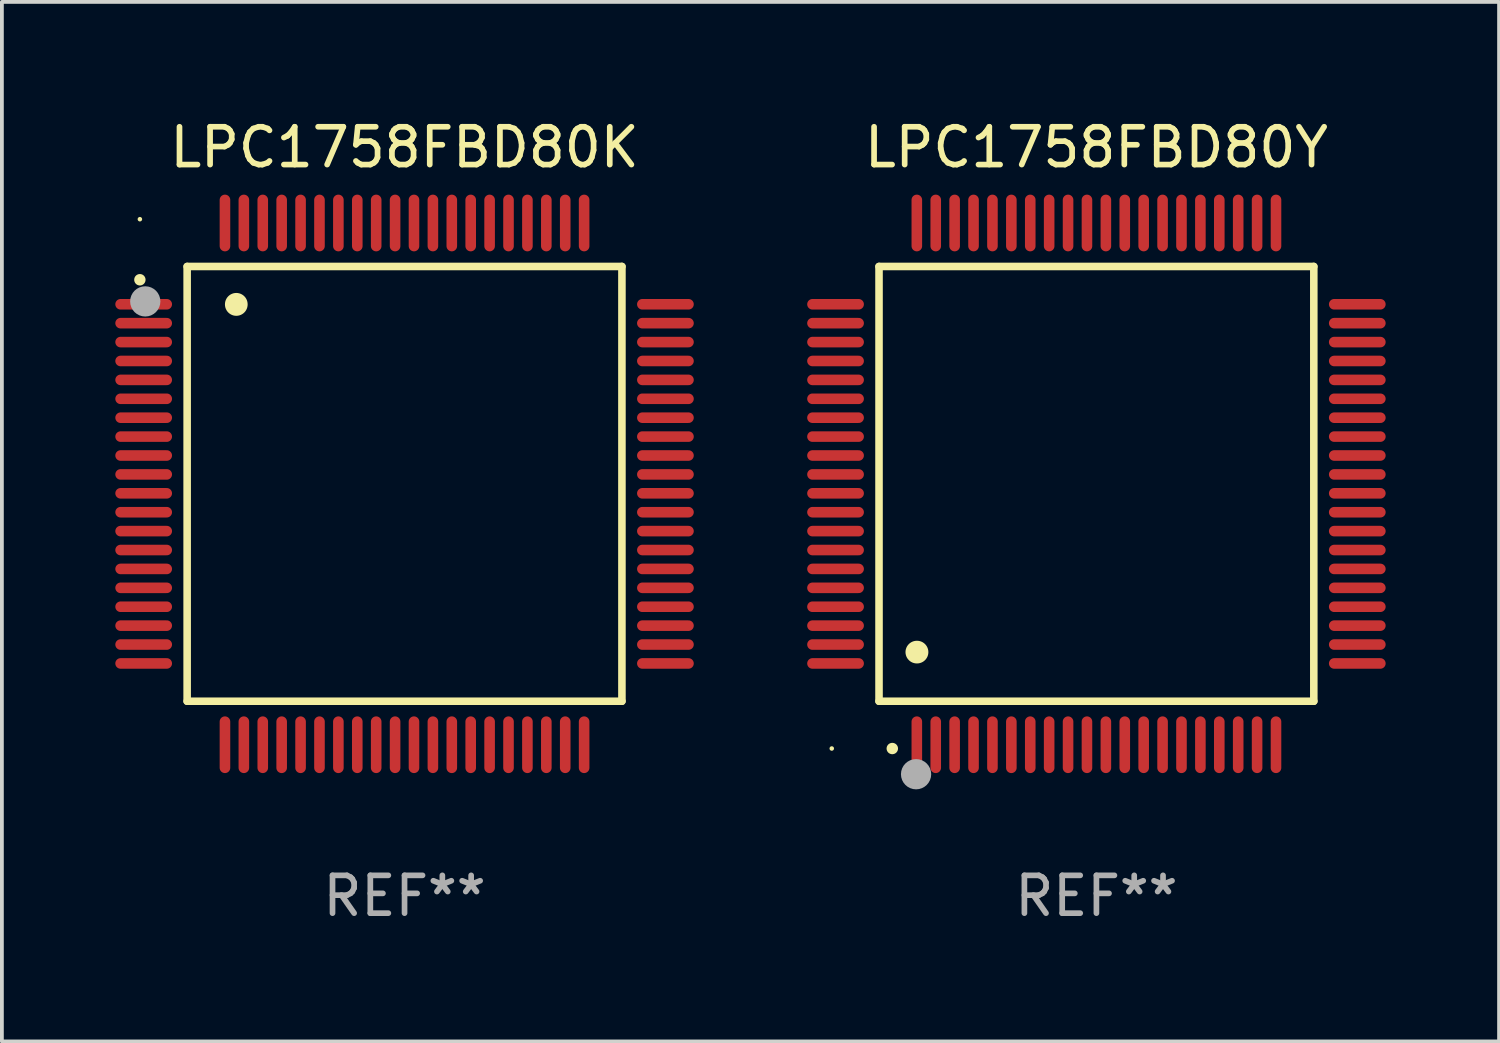
<source format=kicad_pcb>
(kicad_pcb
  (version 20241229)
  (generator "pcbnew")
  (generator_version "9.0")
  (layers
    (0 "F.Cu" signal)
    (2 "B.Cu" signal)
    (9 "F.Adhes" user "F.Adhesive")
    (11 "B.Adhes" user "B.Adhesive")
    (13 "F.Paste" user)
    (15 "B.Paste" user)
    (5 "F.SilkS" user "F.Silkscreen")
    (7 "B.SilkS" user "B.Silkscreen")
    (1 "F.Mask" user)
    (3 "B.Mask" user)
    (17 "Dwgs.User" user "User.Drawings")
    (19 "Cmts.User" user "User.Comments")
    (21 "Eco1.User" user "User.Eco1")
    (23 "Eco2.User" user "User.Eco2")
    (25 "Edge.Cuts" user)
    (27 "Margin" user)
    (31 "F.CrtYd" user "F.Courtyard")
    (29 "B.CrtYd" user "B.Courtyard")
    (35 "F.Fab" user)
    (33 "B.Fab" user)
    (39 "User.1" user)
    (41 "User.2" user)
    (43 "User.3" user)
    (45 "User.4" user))
  (footprint "LPC1758FBD80Y"
    (layer "F.Cu")
    (at 25.95 9.748)
    (property "Reference" "LPC1758FBD80Y" (at 0 -8.9 0) (layer "F.SilkS") (effects (font (size 1 1) (thickness 0.15))))
    (attr through_hole)
    (fp_line (start -5.75 -5.75) (end 5.75 -5.75) (stroke (width 0.2) (type solid)) (layer "F.SilkS"))
    (fp_line (start -5.75 5.75) (end -5.75 -5.75) (stroke (width 0.2) (type solid)) (layer "F.SilkS"))
    (fp_line (start 5.75 -5.75) (end 5.75 5.75) (stroke (width 0.2) (type solid)) (layer "F.SilkS"))
    (fp_line (start 5.75 5.75) (end -5.75 5.75) (stroke (width 0.2) (type solid)) (layer "F.SilkS"))
    (fp_arc (start -5.400051 7.000254) (mid -5.398781 7.000249) (end -5.397511 7.000254) (stroke (width 0.3) (type solid)) (layer "F.SilkS"))
    (fp_arc (start -4.749809 4.450089) (mid -4.747269 4.450078) (end -4.744729 4.450089) (stroke (width 0.6) (type solid)) (layer "F.SilkS"))
    (fp_circle (center -7 7) (end -6.97 7) (stroke (width 0.06) (type solid)) (fill no) (layer "F.SilkS"))
    (fp_circle (center -4.77 7.68) (end -4.57 7.68) (stroke (width 0.4) (type solid)) (fill no) (layer "F.Fab"))
    (fp_text user "REF**" (at 0 10.9 0) (layer "F.Fab") (effects (font (size 1 1) (thickness 0.15))))
    (pad "1" smd oval (at -4.75 6.9) (size 0.28 1.5) (layers "F.Cu" "F.Mask" "F.Paste"))
    (pad "2" smd oval (at -4.25 6.9) (size 0.28 1.5) (layers "F.Cu" "F.Mask" "F.Paste"))
    (pad "3" smd oval (at -3.75 6.9) (size 0.28 1.5) (layers "F.Cu" "F.Mask" "F.Paste"))
    (pad "4" smd oval (at -3.25 6.9) (size 0.28 1.5) (layers "F.Cu" "F.Mask" "F.Paste"))
    (pad "5" smd oval (at -2.75 6.9) (size 0.28 1.5) (layers "F.Cu" "F.Mask" "F.Paste"))
    (pad "6" smd oval (at -2.25 6.9) (size 0.28 1.5) (layers "F.Cu" "F.Mask" "F.Paste"))
    (pad "7" smd oval (at -1.75 6.9) (size 0.28 1.5) (layers "F.Cu" "F.Mask" "F.Paste"))
    (pad "8" smd oval (at -1.25 6.9) (size 0.28 1.5) (layers "F.Cu" "F.Mask" "F.Paste"))
    (pad "9" smd oval (at -0.75 6.9) (size 0.28 1.5) (layers "F.Cu" "F.Mask" "F.Paste"))
    (pad "10" smd oval (at -0.25 6.9) (size 0.28 1.5) (layers "F.Cu" "F.Mask" "F.Paste"))
    (pad "11" smd oval (at 0.25 6.9) (size 0.28 1.5) (layers "F.Cu" "F.Mask" "F.Paste"))
    (pad "12" smd oval (at 0.75 6.9) (size 0.28 1.5) (layers "F.Cu" "F.Mask" "F.Paste"))
    (pad "13" smd oval (at 1.25 6.9) (size 0.28 1.5) (layers "F.Cu" "F.Mask" "F.Paste"))
    (pad "14" smd oval (at 1.75 6.9) (size 0.28 1.5) (layers "F.Cu" "F.Mask" "F.Paste"))
    (pad "15" smd oval (at 2.25 6.9) (size 0.28 1.5) (layers "F.Cu" "F.Mask" "F.Paste"))
    (pad "16" smd oval (at 2.75 6.9) (size 0.28 1.5) (layers "F.Cu" "F.Mask" "F.Paste"))
    (pad "17" smd oval (at 3.25 6.9) (size 0.28 1.5) (layers "F.Cu" "F.Mask" "F.Paste"))
    (pad "18" smd oval (at 3.75 6.9) (size 0.28 1.5) (layers "F.Cu" "F.Mask" "F.Paste"))
    (pad "19" smd oval (at 4.25 6.9) (size 0.28 1.5) (layers "F.Cu" "F.Mask" "F.Paste"))
    (pad "20" smd oval (at 4.75 6.9) (size 0.28 1.5) (layers "F.Cu" "F.Mask" "F.Paste"))
    (pad "21" smd oval (at 6.9 4.75) (size 1.5 0.28) (layers "F.Cu" "F.Mask" "F.Paste"))
    (pad "22" smd oval (at 6.9 4.25) (size 1.5 0.28) (layers "F.Cu" "F.Mask" "F.Paste"))
    (pad "23" smd oval (at 6.9 3.75) (size 1.5 0.28) (layers "F.Cu" "F.Mask" "F.Paste"))
    (pad "24" smd oval (at 6.9 3.25) (size 1.5 0.28) (layers "F.Cu" "F.Mask" "F.Paste"))
    (pad "25" smd oval (at 6.9 2.75) (size 1.5 0.28) (layers "F.Cu" "F.Mask" "F.Paste"))
    (pad "26" smd oval (at 6.9 2.25) (size 1.5 0.28) (layers "F.Cu" "F.Mask" "F.Paste"))
    (pad "27" smd oval (at 6.9 1.75) (size 1.5 0.28) (layers "F.Cu" "F.Mask" "F.Paste"))
    (pad "28" smd oval (at 6.9 1.25) (size 1.5 0.28) (layers "F.Cu" "F.Mask" "F.Paste"))
    (pad "29" smd oval (at 6.9 0.75) (size 1.5 0.28) (layers "F.Cu" "F.Mask" "F.Paste"))
    (pad "30" smd oval (at 6.9 0.25) (size 1.5 0.28) (layers "F.Cu" "F.Mask" "F.Paste"))
    (pad "31" smd oval (at 6.9 -0.25) (size 1.5 0.28) (layers "F.Cu" "F.Mask" "F.Paste"))
    (pad "32" smd oval (at 6.9 -0.75) (size 1.5 0.28) (layers "F.Cu" "F.Mask" "F.Paste"))
    (pad "33" smd oval (at 6.9 -1.25) (size 1.5 0.28) (layers "F.Cu" "F.Mask" "F.Paste"))
    (pad "34" smd oval (at 6.9 -1.75) (size 1.5 0.28) (layers "F.Cu" "F.Mask" "F.Paste"))
    (pad "35" smd oval (at 6.9 -2.25) (size 1.5 0.28) (layers "F.Cu" "F.Mask" "F.Paste"))
    (pad "36" smd oval (at 6.9 -2.75) (size 1.5 0.28) (layers "F.Cu" "F.Mask" "F.Paste"))
    (pad "37" smd oval (at 6.9 -3.25) (size 1.5 0.28) (layers "F.Cu" "F.Mask" "F.Paste"))
    (pad "38" smd oval (at 6.9 -3.75) (size 1.5 0.28) (layers "F.Cu" "F.Mask" "F.Paste"))
    (pad "39" smd oval (at 6.9 -4.25) (size 1.5 0.28) (layers "F.Cu" "F.Mask" "F.Paste"))
    (pad "40" smd oval (at 6.9 -4.75) (size 1.5 0.28) (layers "F.Cu" "F.Mask" "F.Paste"))
    (pad "41" smd oval (at 4.75 -6.9) (size 0.28 1.5) (layers "F.Cu" "F.Mask" "F.Paste"))
    (pad "42" smd oval (at 4.25 -6.9) (size 0.28 1.5) (layers "F.Cu" "F.Mask" "F.Paste"))
    (pad "43" smd oval (at 3.75 -6.9) (size 0.28 1.5) (layers "F.Cu" "F.Mask" "F.Paste"))
    (pad "44" smd oval (at 3.25 -6.9) (size 0.28 1.5) (layers "F.Cu" "F.Mask" "F.Paste"))
    (pad "45" smd oval (at 2.75 -6.9) (size 0.28 1.5) (layers "F.Cu" "F.Mask" "F.Paste"))
    (pad "46" smd oval (at 2.25 -6.9) (size 0.28 1.5) (layers "F.Cu" "F.Mask" "F.Paste"))
    (pad "47" smd oval (at 1.75 -6.9) (size 0.28 1.5) (layers "F.Cu" "F.Mask" "F.Paste"))
    (pad "48" smd oval (at 1.25 -6.9) (size 0.28 1.5) (layers "F.Cu" "F.Mask" "F.Paste"))
    (pad "49" smd oval (at 0.75 -6.9) (size 0.28 1.5) (layers "F.Cu" "F.Mask" "F.Paste"))
    (pad "50" smd oval (at 0.25 -6.9) (size 0.28 1.5) (layers "F.Cu" "F.Mask" "F.Paste"))
    (pad "51" smd oval (at -0.25 -6.9) (size 0.28 1.5) (layers "F.Cu" "F.Mask" "F.Paste"))
    (pad "52" smd oval (at -0.75 -6.9) (size 0.28 1.5) (layers "F.Cu" "F.Mask" "F.Paste"))
    (pad "53" smd oval (at -1.25 -6.9) (size 0.28 1.5) (layers "F.Cu" "F.Mask" "F.Paste"))
    (pad "54" smd oval (at -1.75 -6.9) (size 0.28 1.5) (layers "F.Cu" "F.Mask" "F.Paste"))
    (pad "55" smd oval (at -2.25 -6.9) (size 0.28 1.5) (layers "F.Cu" "F.Mask" "F.Paste"))
    (pad "56" smd oval (at -2.75 -6.9) (size 0.28 1.5) (layers "F.Cu" "F.Mask" "F.Paste"))
    (pad "57" smd oval (at -3.25 -6.9) (size 0.28 1.5) (layers "F.Cu" "F.Mask" "F.Paste"))
    (pad "58" smd oval (at -3.75 -6.9) (size 0.28 1.5) (layers "F.Cu" "F.Mask" "F.Paste"))
    (pad "59" smd oval (at -4.25 -6.9) (size 0.28 1.5) (layers "F.Cu" "F.Mask" "F.Paste"))
    (pad "60" smd oval (at -4.75 -6.9) (size 0.28 1.5) (layers "F.Cu" "F.Mask" "F.Paste"))
    (pad "61" smd oval (at -6.9 -4.75) (size 1.5 0.28) (layers "F.Cu" "F.Mask" "F.Paste"))
    (pad "62" smd oval (at -6.9 -4.25) (size 1.5 0.28) (layers "F.Cu" "F.Mask" "F.Paste"))
    (pad "63" smd oval (at -6.9 -3.75) (size 1.5 0.28) (layers "F.Cu" "F.Mask" "F.Paste"))
    (pad "64" smd oval (at -6.9 -3.25) (size 1.5 0.28) (layers "F.Cu" "F.Mask" "F.Paste"))
    (pad "65" smd oval (at -6.9 -2.75) (size 1.5 0.28) (layers "F.Cu" "F.Mask" "F.Paste"))
    (pad "66" smd oval (at -6.9 -2.25) (size 1.5 0.28) (layers "F.Cu" "F.Mask" "F.Paste"))
    (pad "67" smd oval (at -6.9 -1.75) (size 1.5 0.28) (layers "F.Cu" "F.Mask" "F.Paste"))
    (pad "68" smd oval (at -6.9 -1.25) (size 1.5 0.28) (layers "F.Cu" "F.Mask" "F.Paste"))
    (pad "69" smd oval (at -6.9 -0.75) (size 1.5 0.28) (layers "F.Cu" "F.Mask" "F.Paste"))
    (pad "70" smd oval (at -6.9 -0.25) (size 1.5 0.28) (layers "F.Cu" "F.Mask" "F.Paste"))
    (pad "71" smd oval (at -6.9 0.25) (size 1.5 0.28) (layers "F.Cu" "F.Mask" "F.Paste"))
    (pad "72" smd oval (at -6.9 0.75) (size 1.5 0.28) (layers "F.Cu" "F.Mask" "F.Paste"))
    (pad "73" smd oval (at -6.9 1.25) (size 1.5 0.28) (layers "F.Cu" "F.Mask" "F.Paste"))
    (pad "74" smd oval (at -6.9 1.75) (size 1.5 0.28) (layers "F.Cu" "F.Mask" "F.Paste"))
    (pad "75" smd oval (at -6.9 2.25) (size 1.5 0.28) (layers "F.Cu" "F.Mask" "F.Paste"))
    (pad "76" smd oval (at -6.9 2.75) (size 1.5 0.28) (layers "F.Cu" "F.Mask" "F.Paste"))
    (pad "77" smd oval (at -6.9 3.25) (size 1.5 0.28) (layers "F.Cu" "F.Mask" "F.Paste"))
    (pad "78" smd oval (at -6.9 3.75) (size 1.5 0.28) (layers "F.Cu" "F.Mask" "F.Paste"))
    (pad "79" smd oval (at -6.9 4.25) (size 1.5 0.28) (layers "F.Cu" "F.Mask" "F.Paste"))
    (pad "80" smd oval (at -6.9 4.75) (size 1.5 0.28) (layers "F.Cu" "F.Mask" "F.Paste")))
  (footprint "LPC1758FBD80K"
    (layer "F.Cu")
    (at 7.65 9.748)
    (property "Reference" "LPC1758FBD80K" (at 0 -8.9 0) (layer "F.SilkS") (effects (font (size 1 1) (thickness 0.15))))
    (attr through_hole)
    (fp_line (start -5.75 -5.75) (end 5.75 -5.75) (stroke (width 0.2) (type solid)) (layer "F.SilkS"))
    (fp_line (start -5.75 5.75) (end -5.75 -5.75) (stroke (width 0.2) (type solid)) (layer "F.SilkS"))
    (fp_line (start 5.75 -5.75) (end 5.75 5.75) (stroke (width 0.2) (type solid)) (layer "F.SilkS"))
    (fp_line (start 5.75 5.75) (end -5.75 5.75) (stroke (width 0.2) (type solid)) (layer "F.SilkS"))
    (fp_arc (start -7.000229 -5.397435) (mid -7.000234 -5.398705) (end -7.000229 -5.399975) (stroke (width 0.3) (type solid)) (layer "F.SilkS"))
    (fp_arc (start -4.450064 -4.744653) (mid -4.450075 -4.747193) (end -4.450064 -4.749733) (stroke (width 0.6) (type solid)) (layer "F.SilkS"))
    (fp_circle (center -7 -7) (end -6.97 -7) (stroke (width 0.06) (type solid)) (fill no) (layer "F.SilkS"))
    (fp_circle (center -6.858 -4.826) (end -6.658 -4.826) (stroke (width 0.4) (type solid)) (fill no) (layer "F.Fab"))
    (fp_text user "REF**" (at 0 10.9 0) (layer "F.Fab") (effects (font (size 1 1) (thickness 0.15))))
    (pad "1" smd oval (at -6.9 -4.75 90) (size 0.28 1.5) (layers "F.Cu" "F.Mask" "F.Paste"))
    (pad "2" smd oval (at -6.9 -4.25 90) (size 0.28 1.5) (layers "F.Cu" "F.Mask" "F.Paste"))
    (pad "3" smd oval (at -6.9 -3.75 90) (size 0.28 1.5) (layers "F.Cu" "F.Mask" "F.Paste"))
    (pad "4" smd oval (at -6.9 -3.25 90) (size 0.28 1.5) (layers "F.Cu" "F.Mask" "F.Paste"))
    (pad "5" smd oval (at -6.9 -2.75 90) (size 0.28 1.5) (layers "F.Cu" "F.Mask" "F.Paste"))
    (pad "6" smd oval (at -6.9 -2.25 90) (size 0.28 1.5) (layers "F.Cu" "F.Mask" "F.Paste"))
    (pad "7" smd oval (at -6.9 -1.75 90) (size 0.28 1.5) (layers "F.Cu" "F.Mask" "F.Paste"))
    (pad "8" smd oval (at -6.9 -1.25 90) (size 0.28 1.5) (layers "F.Cu" "F.Mask" "F.Paste"))
    (pad "9" smd oval (at -6.9 -0.75 90) (size 0.28 1.5) (layers "F.Cu" "F.Mask" "F.Paste"))
    (pad "10" smd oval (at -6.9 -0.25 90) (size 0.28 1.5) (layers "F.Cu" "F.Mask" "F.Paste"))
    (pad "11" smd oval (at -6.9 0.25 90) (size 0.28 1.5) (layers "F.Cu" "F.Mask" "F.Paste"))
    (pad "12" smd oval (at -6.9 0.75 90) (size 0.28 1.5) (layers "F.Cu" "F.Mask" "F.Paste"))
    (pad "13" smd oval (at -6.9 1.25 90) (size 0.28 1.5) (layers "F.Cu" "F.Mask" "F.Paste"))
    (pad "14" smd oval (at -6.9 1.75 90) (size 0.28 1.5) (layers "F.Cu" "F.Mask" "F.Paste"))
    (pad "15" smd oval (at -6.9 2.25 90) (size 0.28 1.5) (layers "F.Cu" "F.Mask" "F.Paste"))
    (pad "16" smd oval (at -6.9 2.75 90) (size 0.28 1.5) (layers "F.Cu" "F.Mask" "F.Paste"))
    (pad "17" smd oval (at -6.9 3.25 90) (size 0.28 1.5) (layers "F.Cu" "F.Mask" "F.Paste"))
    (pad "18" smd oval (at -6.9 3.75 90) (size 0.28 1.5) (layers "F.Cu" "F.Mask" "F.Paste"))
    (pad "19" smd oval (at -6.9 4.25 90) (size 0.28 1.5) (layers "F.Cu" "F.Mask" "F.Paste"))
    (pad "20" smd oval (at -6.9 4.75 270) (size 0.28 1.5) (layers "F.Cu" "F.Mask" "F.Paste"))
    (pad "21" smd oval (at -4.75 6.9 180) (size 0.28 1.5) (layers "F.Cu" "F.Mask" "F.Paste"))
    (pad "22" smd oval (at -4.25 6.9) (size 0.28 1.5) (layers "F.Cu" "F.Mask" "F.Paste"))
    (pad "23" smd oval (at -3.75 6.9) (size 0.28 1.5) (layers "F.Cu" "F.Mask" "F.Paste"))
    (pad "24" smd oval (at -3.25 6.9) (size 0.28 1.5) (layers "F.Cu" "F.Mask" "F.Paste"))
    (pad "25" smd oval (at -2.75 6.9) (size 0.28 1.5) (layers "F.Cu" "F.Mask" "F.Paste"))
    (pad "26" smd oval (at -2.25 6.9) (size 0.28 1.5) (layers "F.Cu" "F.Mask" "F.Paste"))
    (pad "27" smd oval (at -1.75 6.9) (size 0.28 1.5) (layers "F.Cu" "F.Mask" "F.Paste"))
    (pad "28" smd oval (at -1.25 6.9) (size 0.28 1.5) (layers "F.Cu" "F.Mask" "F.Paste"))
    (pad "29" smd oval (at -0.75 6.9) (size 0.28 1.5) (layers "F.Cu" "F.Mask" "F.Paste"))
    (pad "30" smd oval (at -0.25 6.9) (size 0.28 1.5) (layers "F.Cu" "F.Mask" "F.Paste"))
    (pad "31" smd oval (at 0.25 6.9) (size 0.28 1.5) (layers "F.Cu" "F.Mask" "F.Paste"))
    (pad "32" smd oval (at 0.75 6.9) (size 0.28 1.5) (layers "F.Cu" "F.Mask" "F.Paste"))
    (pad "33" smd oval (at 1.25 6.9) (size 0.28 1.5) (layers "F.Cu" "F.Mask" "F.Paste"))
    (pad "34" smd oval (at 1.75 6.9) (size 0.28 1.5) (layers "F.Cu" "F.Mask" "F.Paste"))
    (pad "35" smd oval (at 2.25 6.9) (size 0.28 1.5) (layers "F.Cu" "F.Mask" "F.Paste"))
    (pad "36" smd oval (at 2.75 6.9) (size 0.28 1.5) (layers "F.Cu" "F.Mask" "F.Paste"))
    (pad "37" smd oval (at 3.25 6.9) (size 0.28 1.5) (layers "F.Cu" "F.Mask" "F.Paste"))
    (pad "38" smd oval (at 3.75 6.9) (size 0.28 1.5) (layers "F.Cu" "F.Mask" "F.Paste"))
    (pad "39" smd oval (at 4.25 6.9) (size 0.28 1.5) (layers "F.Cu" "F.Mask" "F.Paste"))
    (pad "40" smd oval (at 4.75 6.9) (size 0.28 1.5) (layers "F.Cu" "F.Mask" "F.Paste"))
    (pad "41" smd oval (at 6.9 4.75 270) (size 0.28 1.5) (layers "F.Cu" "F.Mask" "F.Paste"))
    (pad "42" smd oval (at 6.9 4.25 90) (size 0.28 1.5) (layers "F.Cu" "F.Mask" "F.Paste"))
    (pad "43" smd oval (at 6.9 3.75 90) (size 0.28 1.5) (layers "F.Cu" "F.Mask" "F.Paste"))
    (pad "44" smd oval (at 6.9 3.25 90) (size 0.28 1.5) (layers "F.Cu" "F.Mask" "F.Paste"))
    (pad "45" smd oval (at 6.9 2.75 90) (size 0.28 1.5) (layers "F.Cu" "F.Mask" "F.Paste"))
    (pad "46" smd oval (at 6.9 2.25 90) (size 0.28 1.5) (layers "F.Cu" "F.Mask" "F.Paste"))
    (pad "47" smd oval (at 6.9 1.75 90) (size 0.28 1.5) (layers "F.Cu" "F.Mask" "F.Paste"))
    (pad "48" smd oval (at 6.9 1.25 90) (size 0.28 1.5) (layers "F.Cu" "F.Mask" "F.Paste"))
    (pad "49" smd oval (at 6.9 0.75 90) (size 0.28 1.5) (layers "F.Cu" "F.Mask" "F.Paste"))
    (pad "50" smd oval (at 6.9 0.25 90) (size 0.28 1.5) (layers "F.Cu" "F.Mask" "F.Paste"))
    (pad "51" smd oval (at 6.9 -0.25 90) (size 0.28 1.5) (layers "F.Cu" "F.Mask" "F.Paste"))
    (pad "52" smd oval (at 6.9 -0.75 90) (size 0.28 1.5) (layers "F.Cu" "F.Mask" "F.Paste"))
    (pad "53" smd oval (at 6.9 -1.25 90) (size 0.28 1.5) (layers "F.Cu" "F.Mask" "F.Paste"))
    (pad "54" smd oval (at 6.9 -1.75 90) (size 0.28 1.5) (layers "F.Cu" "F.Mask" "F.Paste"))
    (pad "55" smd oval (at 6.9 -2.25 90) (size 0.28 1.5) (layers "F.Cu" "F.Mask" "F.Paste"))
    (pad "56" smd oval (at 6.9 -2.75 90) (size 0.28 1.5) (layers "F.Cu" "F.Mask" "F.Paste"))
    (pad "57" smd oval (at 6.9 -3.25 90) (size 0.28 1.5) (layers "F.Cu" "F.Mask" "F.Paste"))
    (pad "58" smd oval (at 6.9 -3.75 90) (size 0.28 1.5) (layers "F.Cu" "F.Mask" "F.Paste"))
    (pad "59" smd oval (at 6.9 -4.25 90) (size 0.28 1.5) (layers "F.Cu" "F.Mask" "F.Paste"))
    (pad "60" smd oval (at 6.9 -4.75 90) (size 0.28 1.5) (layers "F.Cu" "F.Mask" "F.Paste"))
    (pad "61" smd oval (at 4.75 -6.9) (size 0.28 1.5) (layers "F.Cu" "F.Mask" "F.Paste"))
    (pad "62" smd oval (at 4.25 -6.9) (size 0.28 1.5) (layers "F.Cu" "F.Mask" "F.Paste"))
    (pad "63" smd oval (at 3.75 -6.9) (size 0.28 1.5) (layers "F.Cu" "F.Mask" "F.Paste"))
    (pad "64" smd oval (at 3.25 -6.9) (size 0.28 1.5) (layers "F.Cu" "F.Mask" "F.Paste"))
    (pad "65" smd oval (at 2.75 -6.9) (size 0.28 1.5) (layers "F.Cu" "F.Mask" "F.Paste"))
    (pad "66" smd oval (at 2.25 -6.9) (size 0.28 1.5) (layers "F.Cu" "F.Mask" "F.Paste"))
    (pad "67" smd oval (at 1.75 -6.9) (size 0.28 1.5) (layers "F.Cu" "F.Mask" "F.Paste"))
    (pad "68" smd oval (at 1.25 -6.9) (size 0.28 1.5) (layers "F.Cu" "F.Mask" "F.Paste"))
    (pad "69" smd oval (at 0.75 -6.9) (size 0.28 1.5) (layers "F.Cu" "F.Mask" "F.Paste"))
    (pad "70" smd oval (at 0.25 -6.9) (size 0.28 1.5) (layers "F.Cu" "F.Mask" "F.Paste"))
    (pad "71" smd oval (at -0.25 -6.9) (size 0.28 1.5) (layers "F.Cu" "F.Mask" "F.Paste"))
    (pad "72" smd oval (at -0.75 -6.9) (size 0.28 1.5) (layers "F.Cu" "F.Mask" "F.Paste"))
    (pad "73" smd oval (at -1.25 -6.9) (size 0.28 1.5) (layers "F.Cu" "F.Mask" "F.Paste"))
    (pad "74" smd oval (at -1.75 -6.9) (size 0.28 1.5) (layers "F.Cu" "F.Mask" "F.Paste"))
    (pad "75" smd oval (at -2.25 -6.9) (size 0.28 1.5) (layers "F.Cu" "F.Mask" "F.Paste"))
    (pad "76" smd oval (at -2.75 -6.9) (size 0.28 1.5) (layers "F.Cu" "F.Mask" "F.Paste"))
    (pad "77" smd oval (at -3.25 -6.9) (size 0.28 1.5) (layers "F.Cu" "F.Mask" "F.Paste"))
    (pad "78" smd oval (at -3.75 -6.9) (size 0.28 1.5) (layers "F.Cu" "F.Mask" "F.Paste"))
    (pad "79" smd oval (at -4.25 -6.9) (size 0.28 1.5) (layers "F.Cu" "F.Mask" "F.Paste"))
    (pad "80" smd oval (at -4.75 -6.9 180) (size 0.28 1.5) (layers "F.Cu" "F.Mask" "F.Paste")))
  (gr_rect
    (start -3 -3)
    (end 36.6 24.496)
    (stroke (width 0.1) (type default))
    (fill no)
    (layer "Edge.Cuts")))
</source>
